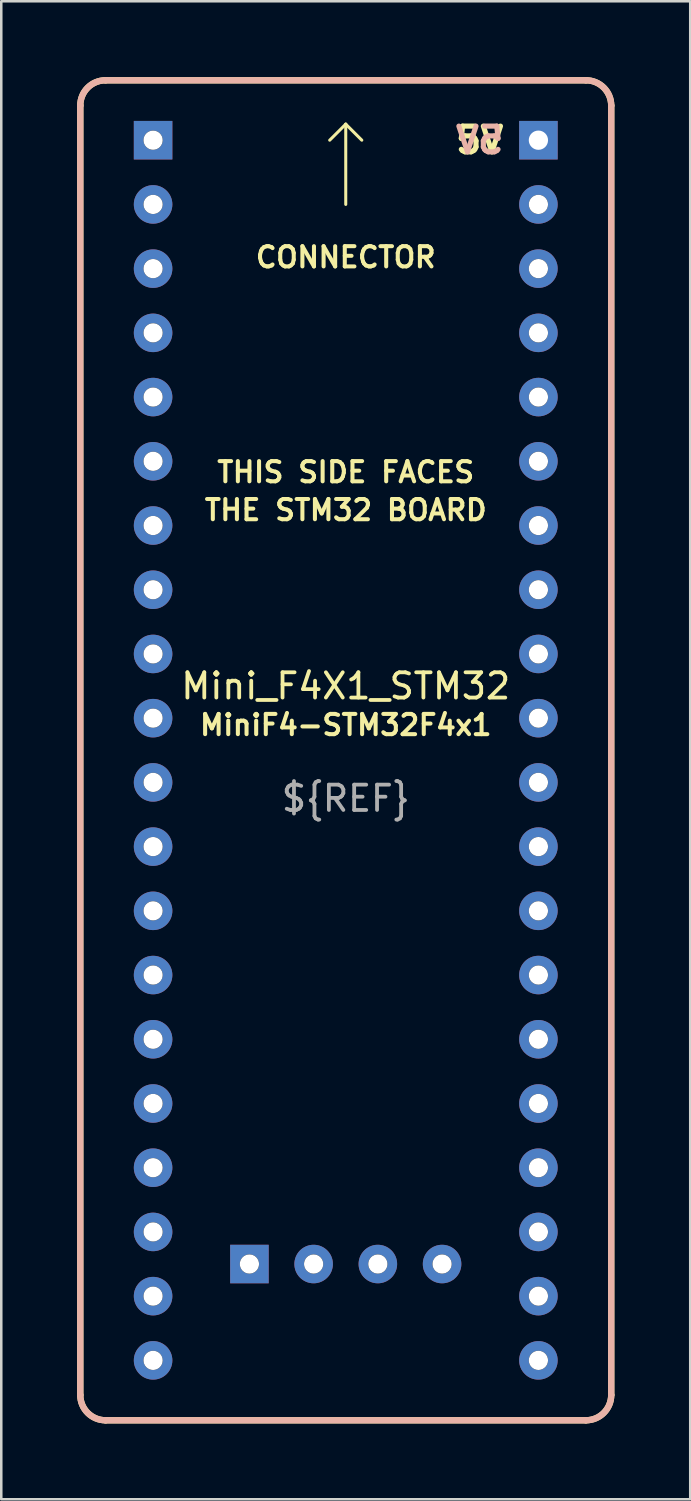
<source format=kicad_pcb>
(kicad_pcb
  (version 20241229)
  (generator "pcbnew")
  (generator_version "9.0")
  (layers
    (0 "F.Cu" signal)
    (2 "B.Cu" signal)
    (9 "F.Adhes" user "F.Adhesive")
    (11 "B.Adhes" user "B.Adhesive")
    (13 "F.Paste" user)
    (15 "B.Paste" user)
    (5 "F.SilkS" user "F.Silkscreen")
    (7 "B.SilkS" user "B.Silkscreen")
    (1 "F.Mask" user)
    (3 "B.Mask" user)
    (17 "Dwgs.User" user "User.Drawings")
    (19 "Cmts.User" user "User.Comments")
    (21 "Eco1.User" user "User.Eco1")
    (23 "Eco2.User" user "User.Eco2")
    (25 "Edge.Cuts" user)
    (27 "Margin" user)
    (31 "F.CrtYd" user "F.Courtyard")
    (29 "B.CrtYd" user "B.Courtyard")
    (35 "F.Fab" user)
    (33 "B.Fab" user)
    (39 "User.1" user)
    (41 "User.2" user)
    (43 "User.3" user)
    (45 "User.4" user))
  (footprint "Mini_F4X1_STM32"
    (layer "F.Cu")
    (at 10.625 26.625)
    (property "Reference" "Mini_F4X1_STM32" (at 0 -2.54 0) (unlocked yes) (layer "F.SilkS") (effects (font (size 1 1) (thickness 0.15))))
    (fp_line (start -10.5 25.5) (end -10.5 -25.5) (stroke (width 0.25) (type solid)) (layer "F.SilkS"))
    (fp_line (start -9.5 -26.5) (end 9.5 -26.5) (stroke (width 0.25) (type solid)) (layer "F.SilkS"))
    (fp_line (start 0 -24.765) (end -0.635 -24.13) (stroke (width 0.12) (type solid)) (layer "F.SilkS"))
    (fp_line (start 0 -24.765) (end 0.635 -24.13) (stroke (width 0.12) (type solid)) (layer "F.SilkS"))
    (fp_line (start 0 -21.59) (end 0 -24.765) (stroke (width 0.12) (type solid)) (layer "F.SilkS"))
    (fp_line (start 9.5 26.5) (end -9.5 26.5) (stroke (width 0.25) (type solid)) (layer "F.SilkS"))
    (fp_line (start 10.5 -25.5) (end 10.5 25.5) (stroke (width 0.25) (type solid)) (layer "F.SilkS"))
    (fp_arc (start -10.500003 -25.500003) (mid -10.207108 -26.207109) (end -9.5 -26.5) (stroke (width 0.25) (type solid)) (layer "F.SilkS"))
    (fp_arc (start -9.500003 26.499997) (mid -10.207109 26.207102) (end -10.5 25.499994) (stroke (width 0.25) (type solid)) (layer "F.SilkS"))
    (fp_arc (start 9.500003 -26.5) (mid 10.207109 -26.207105) (end 10.5 -25.499997) (stroke (width 0.25) (type solid)) (layer "F.SilkS"))
    (fp_arc (start 10.500003 25.500003) (mid 10.207108 26.207109) (end 9.5 26.5) (stroke (width 0.25) (type solid)) (layer "F.SilkS"))
    (fp_line (start -10.5 25.5) (end -10.5 -25.5) (stroke (width 0.25) (type solid)) (layer "B.SilkS"))
    (fp_line (start -9.5 -26.5) (end 9.5 -26.5) (stroke (width 0.25) (type solid)) (layer "B.SilkS"))
    (fp_line (start 9.5 26.5) (end -9.5 26.5) (stroke (width 0.25) (type solid)) (layer "B.SilkS"))
    (fp_line (start 10.5 -25.5) (end 10.5 25.5) (stroke (width 0.25) (type solid)) (layer "B.SilkS"))
    (fp_arc (start -10.500003 -25.500003) (mid -10.207108 -26.207109) (end -9.5 -26.5) (stroke (width 0.25) (type solid)) (layer "B.SilkS"))
    (fp_arc (start -9.500003 26.499997) (mid -10.207109 26.207102) (end -10.5 25.499994) (stroke (width 0.25) (type solid)) (layer "B.SilkS"))
    (fp_arc (start 9.500003 -26.5) (mid 10.207109 -26.207105) (end 10.5 -25.499997) (stroke (width 0.25) (type solid)) (layer "B.SilkS"))
    (fp_arc (start 10.500003 25.500003) (mid 10.207108 26.207109) (end 9.5 26.5) (stroke (width 0.25) (type solid)) (layer "B.SilkS"))
    (fp_text user "THE STM32 BOARD" (at 0 -9.5 0) (unlocked yes) (layer "F.SilkS") (effects (font (size 0.8 0.8) (thickness 0.16))))
    (fp_text user "CONNECTOR" (at 0 -19.5 0) (unlocked yes) (layer "F.SilkS") (effects (font (size 0.8 0.8) (thickness 0.16))))
    (fp_text user "THIS SIDE FACES" (at 0 -11 0) (unlocked yes) (layer "F.SilkS") (effects (font (size 0.8 0.8) (thickness 0.16))))
    (fp_text user "MiniF4-STM32F4x1" (at 0 -1 0) (unlocked yes) (layer "F.SilkS") (effects (font (size 0.8 0.8) (thickness 0.16))))
    (fp_text user "5V" (at 6.35 -24.13 0) (unlocked yes) (layer "F.SilkS") (effects (font (size 1.016 1.016) (thickness 0.203)) (justify right)))
    (fp_text user "5V" (at 6.35 -24.13 0) (unlocked yes) (layer "B.SilkS") (effects (font (size 1.016 1.016) (thickness 0.203)) (justify left mirror)))
    (fp_text user "${REF}" (at 0 1.905 0) (unlocked yes) (layer "F.Fab") (effects (font (size 1 1) (thickness 0.15))))
    (pad "" np_thru_hole circle (at -7.62 -24.13) (size 0.762 0.762) (drill 0.762) (layers "F.Mask"))
    (pad "" np_thru_hole circle (at -7.62 -21.59) (size 0.762 0.762) (drill 0.762) (layers "F.Mask"))
    (pad "" np_thru_hole circle (at -7.62 -19.05) (size 0.762 0.762) (drill 0.762) (layers "F.Mask"))
    (pad "" np_thru_hole circle (at -7.62 -16.51) (size 0.762 0.762) (drill 0.762) (layers "F.Mask"))
    (pad "" np_thru_hole circle (at -7.62 -13.97) (size 0.762 0.762) (drill 0.762) (layers "F.Mask"))
    (pad "" np_thru_hole circle (at -7.62 -11.43) (size 0.762 0.762) (drill 0.762) (layers "F.Mask"))
    (pad "" np_thru_hole circle (at -7.62 -8.89) (size 0.762 0.762) (drill 0.762) (layers "F.Mask"))
    (pad "" np_thru_hole circle (at -7.62 -6.35) (size 0.762 0.762) (drill 0.762) (layers "F.Mask"))
    (pad "" np_thru_hole circle (at -7.62 -3.81) (size 0.762 0.762) (drill 0.762) (layers "F.Mask"))
    (pad "" np_thru_hole circle (at -7.62 -1.27) (size 0.762 0.762) (drill 0.762) (layers "F.Mask"))
    (pad "" np_thru_hole circle (at -7.62 1.27) (size 0.762 0.762) (drill 0.762) (layers "F.Mask"))
    (pad "" np_thru_hole circle (at -7.62 3.81) (size 0.762 0.762) (drill 0.762) (layers "F.Mask"))
    (pad "" np_thru_hole circle (at -7.62 6.35) (size 0.762 0.762) (drill 0.762) (layers "F.Mask"))
    (pad "" np_thru_hole circle (at -7.62 8.89) (size 0.762 0.762) (drill 0.762) (layers "F.Mask"))
    (pad "" np_thru_hole circle (at -7.62 11.43) (size 0.762 0.762) (drill 0.762) (layers "F.Mask"))
    (pad "" np_thru_hole circle (at -7.62 13.97) (size 0.762 0.762) (drill 0.762) (layers "F.Mask"))
    (pad "" np_thru_hole circle (at -7.62 16.51) (size 0.762 0.762) (drill 0.762) (layers "F.Mask"))
    (pad "" np_thru_hole circle (at -7.62 19.05) (size 0.762 0.762) (drill 0.762) (layers "F.Mask"))
    (pad "" np_thru_hole circle (at -7.62 21.59) (size 0.762 0.762) (drill 0.762) (layers "F.Mask"))
    (pad "" np_thru_hole circle (at -7.62 24.13 90) (size 0.762 0.762) (drill 0.762) (layers "F.Mask"))
    (pad "" np_thru_hole circle (at -3.81 20.32) (size 0.762 0.762) (drill 0.762) (layers "F.Mask"))
    (pad "" np_thru_hole circle (at -1.27 20.32) (size 0.762 0.762) (drill 0.762) (layers "F.Mask"))
    (pad "" np_thru_hole circle (at 1.27 20.32) (size 0.762 0.762) (drill 0.762) (layers "F.Mask"))
    (pad "" np_thru_hole circle (at 3.81 20.32) (size 0.762 0.762) (drill 0.762) (layers "F.Mask"))
    (pad "" np_thru_hole circle (at 7.62 -21.59) (size 0.762 0.762) (drill 0.762) (layers "F.Mask"))
    (pad "" np_thru_hole circle (at 7.62 -19.05) (size 0.762 0.762) (drill 0.762) (layers "F.Mask"))
    (pad "" np_thru_hole circle (at 7.62 -16.51) (size 0.762 0.762) (drill 0.762) (layers "F.Mask"))
    (pad "" np_thru_hole circle (at 7.62 -13.97) (size 0.762 0.762) (drill 0.762) (layers "F.Mask"))
    (pad "" np_thru_hole circle (at 7.62 -11.43) (size 0.762 0.762) (drill 0.762) (layers "F.Mask"))
    (pad "" np_thru_hole circle (at 7.62 -8.89) (size 0.762 0.762) (drill 0.762) (layers "F.Mask"))
    (pad "" np_thru_hole circle (at 7.62 -6.35) (size 0.762 0.762) (drill 0.762) (layers "F.Mask"))
    (pad "" np_thru_hole circle (at 7.62 -3.81) (size 0.762 0.762) (drill 0.762) (layers "F.Mask"))
    (pad "" np_thru_hole circle (at 7.62 -1.27) (size 0.762 0.762) (drill 0.762) (layers "F.Mask"))
    (pad "" np_thru_hole circle (at 7.62 1.27) (size 0.762 0.762) (drill 0.762) (layers "F.Mask"))
    (pad "" np_thru_hole circle (at 7.62 3.81) (size 0.762 0.762) (drill 0.762) (layers "F.Mask"))
    (pad "" np_thru_hole circle (at 7.62 6.35) (size 0.762 0.762) (drill 0.762) (layers "F.Mask"))
    (pad "" np_thru_hole circle (at 7.62 8.89) (size 0.762 0.762) (drill 0.762) (layers "F.Mask"))
    (pad "" np_thru_hole circle (at 7.62 11.43) (size 0.762 0.762) (drill 0.762) (layers "F.Mask"))
    (pad "" np_thru_hole circle (at 7.62 13.97) (size 0.762 0.762) (drill 0.762) (layers "F.Mask"))
    (pad "" np_thru_hole circle (at 7.62 16.51) (size 0.762 0.762) (drill 0.762) (layers "F.Mask"))
    (pad "" np_thru_hole circle (at 7.62 19.05) (size 0.762 0.762) (drill 0.762) (layers "F.Mask"))
    (pad "" np_thru_hole circle (at 7.62 21.59) (size 0.762 0.762) (drill 0.762) (layers "F.Mask"))
    (pad "" np_thru_hole circle (at 7.62 24.13) (size 0.762 0.762) (drill 0.762) (layers "F.Mask"))
    (pad "1" thru_hole rect (at -7.62 -24.13) (size 1.524 1.524) (drill 0.762) (layers "*.Cu" "B.Mask"))
    (pad "2" thru_hole circle (at -7.62 -21.59) (size 1.524 1.524) (drill 0.762) (layers "*.Cu" "B.Mask"))
    (pad "3" thru_hole circle (at -7.62 -19.05) (size 1.524 1.524) (drill 0.762) (layers "*.Cu" "B.Mask"))
    (pad "4" thru_hole circle (at -7.62 -16.51) (size 1.524 1.524) (drill 0.762) (layers "*.Cu" "B.Mask"))
    (pad "5" thru_hole circle (at -7.62 -13.97) (size 1.524 1.524) (drill 0.762) (layers "*.Cu" "B.Mask"))
    (pad "6" thru_hole circle (at -7.62 -11.43) (size 1.524 1.524) (drill 0.762) (layers "*.Cu" "B.Mask"))
    (pad "7" thru_hole circle (at -7.62 -8.89) (size 1.524 1.524) (drill 0.762) (layers "*.Cu" "B.Mask"))
    (pad "8" thru_hole circle (at -7.62 -6.35) (size 1.524 1.524) (drill 0.762) (layers "*.Cu" "B.Mask"))
    (pad "9" thru_hole circle (at -7.62 -3.81) (size 1.524 1.524) (drill 0.762) (layers "*.Cu" "B.Mask"))
    (pad "10" thru_hole circle (at -7.62 -1.27) (size 1.524 1.524) (drill 0.762) (layers "*.Cu" "B.Mask"))
    (pad "11" thru_hole circle (at -7.62 1.27) (size 1.524 1.524) (drill 0.762) (layers "*.Cu" "B.Mask"))
    (pad "12" thru_hole circle (at -7.62 3.81) (size 1.524 1.524) (drill 0.762) (layers "*.Cu" "B.Mask"))
    (pad "13" thru_hole circle (at -7.62 6.35) (size 1.524 1.524) (drill 0.762) (layers "*.Cu" "B.Mask"))
    (pad "14" thru_hole circle (at -7.62 8.89) (size 1.524 1.524) (drill 0.762) (layers "*.Cu" "B.Mask"))
    (pad "15" thru_hole circle (at -7.62 11.43) (size 1.524 1.524) (drill 0.762) (layers "*.Cu" "B.Mask"))
    (pad "16" thru_hole circle (at -7.62 13.97) (size 1.524 1.524) (drill 0.762) (layers "*.Cu" "B.Mask"))
    (pad "17" thru_hole circle (at -7.62 16.51) (size 1.524 1.524) (drill 0.762) (layers "*.Cu" "B.Mask"))
    (pad "18" thru_hole circle (at -7.62 19.05) (size 1.524 1.524) (drill 0.762) (layers "*.Cu" "B.Mask"))
    (pad "19" thru_hole circle (at -7.62 21.59) (size 1.524 1.524) (drill 0.762) (layers "*.Cu" "B.Mask"))
    (pad "20" thru_hole circle (at -7.62 24.13) (size 1.524 1.524) (drill 0.762) (layers "*.Cu" "B.Mask"))
    (pad "21" thru_hole circle (at 7.62 24.13) (size 1.524 1.524) (drill 0.762) (layers "*.Cu" "B.Mask"))
    (pad "22" thru_hole circle (at 7.62 21.59) (size 1.524 1.524) (drill 0.762) (layers "*.Cu" "B.Mask"))
    (pad "23" thru_hole circle (at 7.62 19.05) (size 1.524 1.524) (drill 0.762) (layers "*.Cu" "B.Mask"))
    (pad "24" thru_hole circle (at 7.62 16.51) (size 1.524 1.524) (drill 0.762) (layers "*.Cu" "B.Mask"))
    (pad "25" thru_hole circle (at 7.62 13.97) (size 1.524 1.524) (drill 0.762) (layers "*.Cu" "B.Mask"))
    (pad "26" thru_hole circle (at 7.62 11.43) (size 1.524 1.524) (drill 0.762) (layers "*.Cu" "B.Mask"))
    (pad "27" thru_hole circle (at 7.62 8.89) (size 1.524 1.524) (drill 0.762) (layers "*.Cu" "B.Mask"))
    (pad "28" thru_hole circle (at 7.62 6.35) (size 1.524 1.524) (drill 0.762) (layers "*.Cu" "B.Mask"))
    (pad "29" thru_hole circle (at 7.62 3.81) (size 1.524 1.524) (drill 0.762) (layers "*.Cu" "B.Mask"))
    (pad "30" thru_hole circle (at 7.62 1.27) (size 1.524 1.524) (drill 0.762) (layers "*.Cu" "B.Mask"))
    (pad "31" thru_hole circle (at 7.62 -1.27) (size 1.524 1.524) (drill 0.762) (layers "*.Cu" "B.Mask"))
    (pad "32" thru_hole circle (at 7.62 -3.81) (size 1.524 1.524) (drill 0.762) (layers "*.Cu" "B.Mask"))
    (pad "33" thru_hole circle (at 7.62 -6.35) (size 1.524 1.524) (drill 0.762) (layers "*.Cu" "B.Mask"))
    (pad "34" thru_hole circle (at 7.62 -8.89) (size 1.524 1.524) (drill 0.762) (layers "*.Cu" "B.Mask"))
    (pad "35" thru_hole circle (at 7.62 -11.43) (size 1.524 1.524) (drill 0.762) (layers "*.Cu" "B.Mask"))
    (pad "36" thru_hole circle (at 7.62 -13.97) (size 1.524 1.524) (drill 0.762) (layers "*.Cu" "B.Mask"))
    (pad "37" thru_hole circle (at 7.62 -16.51) (size 1.524 1.524) (drill 0.762) (layers "*.Cu" "B.Mask"))
    (pad "38" thru_hole circle (at 7.62 -19.05) (size 1.524 1.524) (drill 0.762) (layers "*.Cu" "B.Mask"))
    (pad "39" thru_hole circle (at 7.62 -21.59) (size 1.524 1.524) (drill 0.762) (layers "*.Cu" "B.Mask"))
    (pad "40" thru_hole rect (at 7.62 -24.13) (size 1.524 1.524) (drill 0.762) (layers "*.Cu" "*.Mask"))
    (pad "41" thru_hole rect (at -3.81 20.32) (size 1.524 1.524) (drill 0.762) (layers "*.Cu" "B.Mask"))
    (pad "42" thru_hole circle (at -1.27 20.32) (size 1.524 1.524) (drill 0.762) (layers "*.Cu" "B.Mask"))
    (pad "43" thru_hole circle (at 1.27 20.32) (size 1.524 1.524) (drill 0.762) (layers "*.Cu" "B.Mask"))
    (pad "44" thru_hole circle (at 3.81 20.32) (size 1.524 1.524) (drill 0.762) (layers "*.Cu" "B.Mask")))
  (gr_rect
    (start -3 -3)
    (end 24.25 56.25)
    (stroke (width 0.1) (type default))
    (fill no)
    (layer "Edge.Cuts")))
</source>
